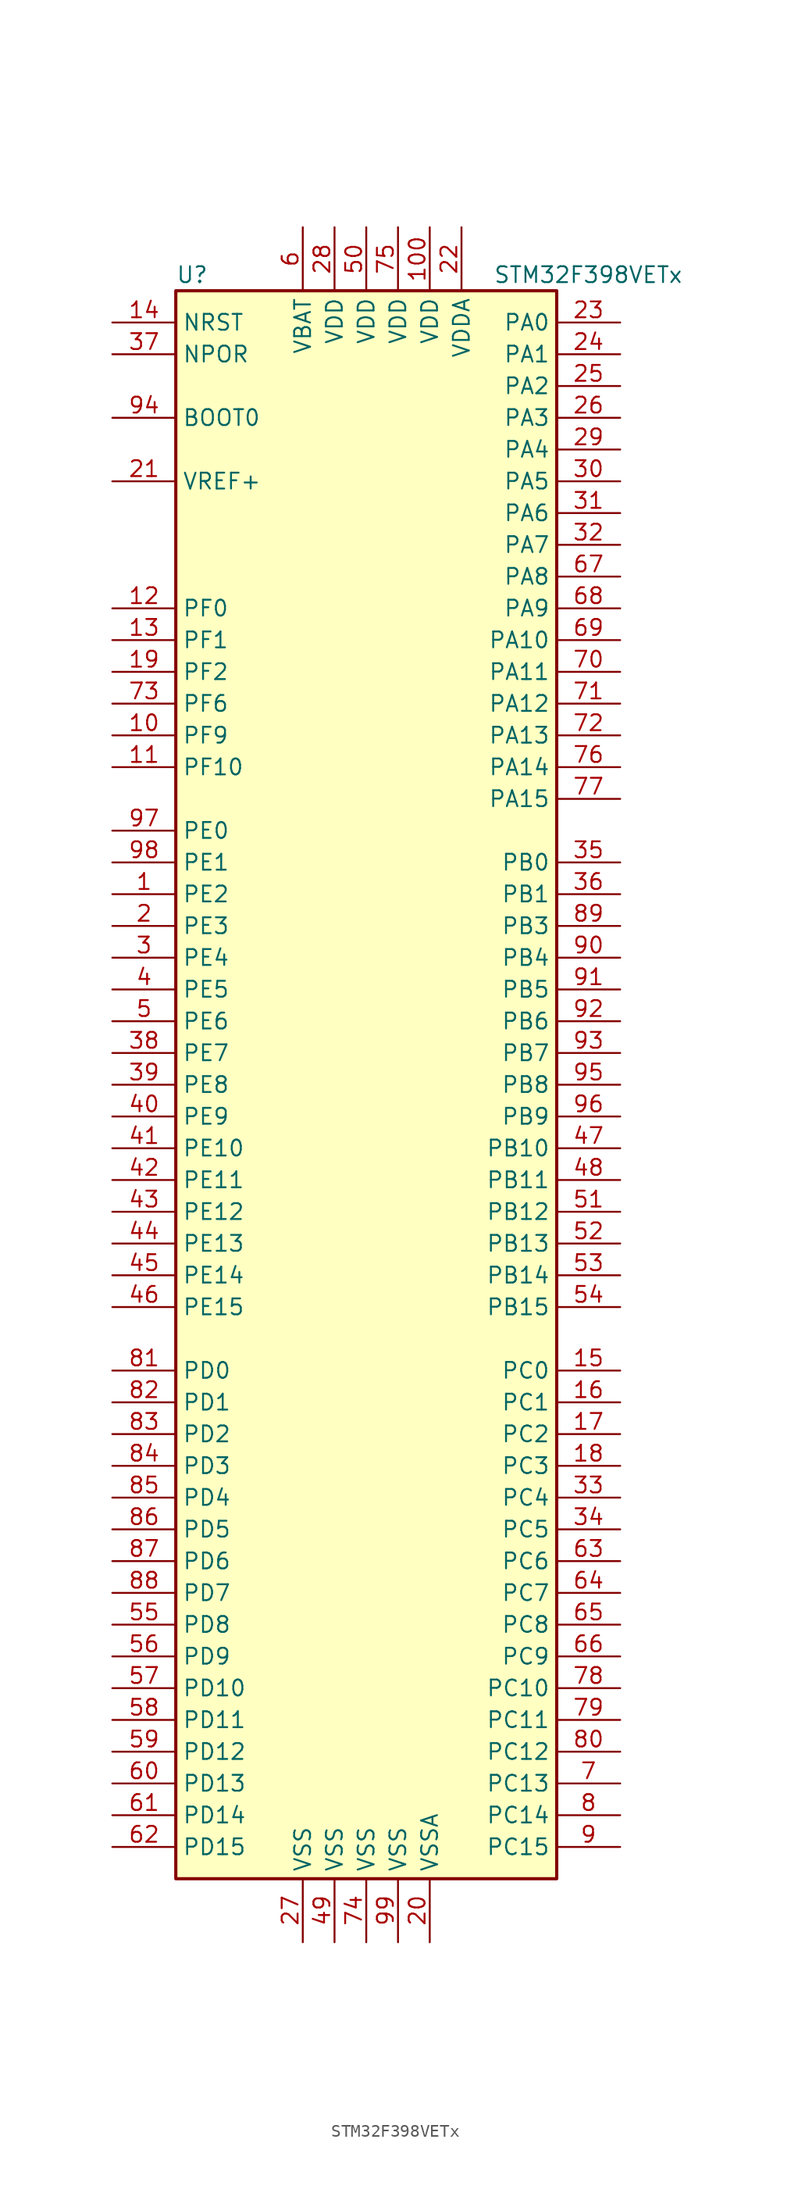
<source format=kicad_sym>
(kicad_symbol_lib
  (version 20201005)
  (generator kicad_symbol_editor)
  (symbol "MCU_ST_STM32F3:STM32F398VETx"
    (property "Reference" "U"
      (at -15.24 64.77 0)
      (effects (font (size 1.27 1.27)) (justify left)))
    (property "Value" "STM32F398VETx"
      (at 10.16 64.77 0)
      (effects (font (size 1.27 1.27)) (justify left)))
    (symbol "STM32F398VETx_0_1"
      (rectangle (start -15.24 -63.5) (end 15.24 63.5) (stroke (width 0.254)) (fill (type background))))
    (symbol "STM32F398VETx_1_1"
      (pin input line (at -20.32 53.34 0) (length 5.08) (name "BOOT0" (effects (font (size 1.27 1.27)))) (number "94" (effects (font (size 1.27 1.27)))))
      (pin input line (at -20.32 58.42 0) (length 5.08) (name "NPOR" (effects (font (size 1.27 1.27)))) (number "37" (effects (font (size 1.27 1.27)))))
      (pin input line (at -20.32 60.96 0) (length 5.08) (name "NRST" (effects (font (size 1.27 1.27)))) (number "14" (effects (font (size 1.27 1.27)))))
      (pin bidirectional line (at 20.32 60.96 180) (length 5.08) (name "PA0" (effects (font (size 1.27 1.27)))) (number "23" (effects (font (size 1.27 1.27)))))
      (pin bidirectional line (at 20.32 58.42 180) (length 5.08) (name "PA1" (effects (font (size 1.27 1.27)))) (number "24" (effects (font (size 1.27 1.27)))))
      (pin bidirectional line (at 20.32 35.56 180) (length 5.08) (name "PA10" (effects (font (size 1.27 1.27)))) (number "69" (effects (font (size 1.27 1.27)))))
      (pin bidirectional line (at 20.32 33.02 180) (length 5.08) (name "PA11" (effects (font (size 1.27 1.27)))) (number "70" (effects (font (size 1.27 1.27)))))
      (pin bidirectional line (at 20.32 30.48 180) (length 5.08) (name "PA12" (effects (font (size 1.27 1.27)))) (number "71" (effects (font (size 1.27 1.27)))))
      (pin bidirectional line (at 20.32 27.94 180) (length 5.08) (name "PA13" (effects (font (size 1.27 1.27)))) (number "72" (effects (font (size 1.27 1.27)))))
      (pin bidirectional line (at 20.32 25.4 180) (length 5.08) (name "PA14" (effects (font (size 1.27 1.27)))) (number "76" (effects (font (size 1.27 1.27)))))
      (pin bidirectional line (at 20.32 22.86 180) (length 5.08) (name "PA15" (effects (font (size 1.27 1.27)))) (number "77" (effects (font (size 1.27 1.27)))))
      (pin bidirectional line (at 20.32 55.88 180) (length 5.08) (name "PA2" (effects (font (size 1.27 1.27)))) (number "25" (effects (font (size 1.27 1.27)))))
      (pin bidirectional line (at 20.32 53.34 180) (length 5.08) (name "PA3" (effects (font (size 1.27 1.27)))) (number "26" (effects (font (size 1.27 1.27)))))
      (pin bidirectional line (at 20.32 50.8 180) (length 5.08) (name "PA4" (effects (font (size 1.27 1.27)))) (number "29" (effects (font (size 1.27 1.27)))))
      (pin bidirectional line (at 20.32 48.26 180) (length 5.08) (name "PA5" (effects (font (size 1.27 1.27)))) (number "30" (effects (font (size 1.27 1.27)))))
      (pin bidirectional line (at 20.32 45.72 180) (length 5.08) (name "PA6" (effects (font (size 1.27 1.27)))) (number "31" (effects (font (size 1.27 1.27)))))
      (pin bidirectional line (at 20.32 43.18 180) (length 5.08) (name "PA7" (effects (font (size 1.27 1.27)))) (number "32" (effects (font (size 1.27 1.27)))))
      (pin bidirectional line (at 20.32 40.64 180) (length 5.08) (name "PA8" (effects (font (size 1.27 1.27)))) (number "67" (effects (font (size 1.27 1.27)))))
      (pin bidirectional line (at 20.32 38.1 180) (length 5.08) (name "PA9" (effects (font (size 1.27 1.27)))) (number "68" (effects (font (size 1.27 1.27)))))
      (pin bidirectional line (at 20.32 17.78 180) (length 5.08) (name "PB0" (effects (font (size 1.27 1.27)))) (number "35" (effects (font (size 1.27 1.27)))))
      (pin bidirectional line (at 20.32 15.24 180) (length 5.08) (name "PB1" (effects (font (size 1.27 1.27)))) (number "36" (effects (font (size 1.27 1.27)))))
      (pin bidirectional line (at 20.32 -5.08 180) (length 5.08) (name "PB10" (effects (font (size 1.27 1.27)))) (number "47" (effects (font (size 1.27 1.27)))))
      (pin bidirectional line (at 20.32 -7.62 180) (length 5.08) (name "PB11" (effects (font (size 1.27 1.27)))) (number "48" (effects (font (size 1.27 1.27)))))
      (pin bidirectional line (at 20.32 -10.16 180) (length 5.08) (name "PB12" (effects (font (size 1.27 1.27)))) (number "51" (effects (font (size 1.27 1.27)))))
      (pin bidirectional line (at 20.32 -12.7 180) (length 5.08) (name "PB13" (effects (font (size 1.27 1.27)))) (number "52" (effects (font (size 1.27 1.27)))))
      (pin bidirectional line (at 20.32 -15.24 180) (length 5.08) (name "PB14" (effects (font (size 1.27 1.27)))) (number "53" (effects (font (size 1.27 1.27)))))
      (pin bidirectional line (at 20.32 -17.78 180) (length 5.08) (name "PB15" (effects (font (size 1.27 1.27)))) (number "54" (effects (font (size 1.27 1.27)))))
      (pin bidirectional line (at 20.32 12.7 180) (length 5.08) (name "PB3" (effects (font (size 1.27 1.27)))) (number "89" (effects (font (size 1.27 1.27)))))
      (pin bidirectional line (at 20.32 10.16 180) (length 5.08) (name "PB4" (effects (font (size 1.27 1.27)))) (number "90" (effects (font (size 1.27 1.27)))))
      (pin bidirectional line (at 20.32 7.62 180) (length 5.08) (name "PB5" (effects (font (size 1.27 1.27)))) (number "91" (effects (font (size 1.27 1.27)))))
      (pin bidirectional line (at 20.32 5.08 180) (length 5.08) (name "PB6" (effects (font (size 1.27 1.27)))) (number "92" (effects (font (size 1.27 1.27)))))
      (pin bidirectional line (at 20.32 2.54 180) (length 5.08) (name "PB7" (effects (font (size 1.27 1.27)))) (number "93" (effects (font (size 1.27 1.27)))))
      (pin bidirectional line (at 20.32 0 180) (length 5.08) (name "PB8" (effects (font (size 1.27 1.27)))) (number "95" (effects (font (size 1.27 1.27)))))
      (pin bidirectional line (at 20.32 -2.54 180) (length 5.08) (name "PB9" (effects (font (size 1.27 1.27)))) (number "96" (effects (font (size 1.27 1.27)))))
      (pin bidirectional line (at 20.32 -22.86 180) (length 5.08) (name "PC0" (effects (font (size 1.27 1.27)))) (number "15" (effects (font (size 1.27 1.27)))))
      (pin bidirectional line (at 20.32 -25.4 180) (length 5.08) (name "PC1" (effects (font (size 1.27 1.27)))) (number "16" (effects (font (size 1.27 1.27)))))
      (pin bidirectional line (at 20.32 -48.26 180) (length 5.08) (name "PC10" (effects (font (size 1.27 1.27)))) (number "78" (effects (font (size 1.27 1.27)))))
      (pin bidirectional line (at 20.32 -50.8 180) (length 5.08) (name "PC11" (effects (font (size 1.27 1.27)))) (number "79" (effects (font (size 1.27 1.27)))))
      (pin bidirectional line (at 20.32 -53.34 180) (length 5.08) (name "PC12" (effects (font (size 1.27 1.27)))) (number "80" (effects (font (size 1.27 1.27)))))
      (pin bidirectional line (at 20.32 -55.88 180) (length 5.08) (name "PC13" (effects (font (size 1.27 1.27)))) (number "7" (effects (font (size 1.27 1.27)))))
      (pin bidirectional line (at 20.32 -58.42 180) (length 5.08) (name "PC14" (effects (font (size 1.27 1.27)))) (number "8" (effects (font (size 1.27 1.27)))))
      (pin bidirectional line (at 20.32 -60.96 180) (length 5.08) (name "PC15" (effects (font (size 1.27 1.27)))) (number "9" (effects (font (size 1.27 1.27)))))
      (pin bidirectional line (at 20.32 -27.94 180) (length 5.08) (name "PC2" (effects (font (size 1.27 1.27)))) (number "17" (effects (font (size 1.27 1.27)))))
      (pin bidirectional line (at 20.32 -30.48 180) (length 5.08) (name "PC3" (effects (font (size 1.27 1.27)))) (number "18" (effects (font (size 1.27 1.27)))))
      (pin bidirectional line (at 20.32 -33.02 180) (length 5.08) (name "PC4" (effects (font (size 1.27 1.27)))) (number "33" (effects (font (size 1.27 1.27)))))
      (pin bidirectional line (at 20.32 -35.56 180) (length 5.08) (name "PC5" (effects (font (size 1.27 1.27)))) (number "34" (effects (font (size 1.27 1.27)))))
      (pin bidirectional line (at 20.32 -38.1 180) (length 5.08) (name "PC6" (effects (font (size 1.27 1.27)))) (number "63" (effects (font (size 1.27 1.27)))))
      (pin bidirectional line (at 20.32 -40.64 180) (length 5.08) (name "PC7" (effects (font (size 1.27 1.27)))) (number "64" (effects (font (size 1.27 1.27)))))
      (pin bidirectional line (at 20.32 -43.18 180) (length 5.08) (name "PC8" (effects (font (size 1.27 1.27)))) (number "65" (effects (font (size 1.27 1.27)))))
      (pin bidirectional line (at 20.32 -45.72 180) (length 5.08) (name "PC9" (effects (font (size 1.27 1.27)))) (number "66" (effects (font (size 1.27 1.27)))))
      (pin bidirectional line (at -20.32 -22.86 0) (length 5.08) (name "PD0" (effects (font (size 1.27 1.27)))) (number "81" (effects (font (size 1.27 1.27)))))
      (pin bidirectional line (at -20.32 -25.4 0) (length 5.08) (name "PD1" (effects (font (size 1.27 1.27)))) (number "82" (effects (font (size 1.27 1.27)))))
      (pin bidirectional line (at -20.32 -48.26 0) (length 5.08) (name "PD10" (effects (font (size 1.27 1.27)))) (number "57" (effects (font (size 1.27 1.27)))))
      (pin bidirectional line (at -20.32 -50.8 0) (length 5.08) (name "PD11" (effects (font (size 1.27 1.27)))) (number "58" (effects (font (size 1.27 1.27)))))
      (pin bidirectional line (at -20.32 -53.34 0) (length 5.08) (name "PD12" (effects (font (size 1.27 1.27)))) (number "59" (effects (font (size 1.27 1.27)))))
      (pin bidirectional line (at -20.32 -55.88 0) (length 5.08) (name "PD13" (effects (font (size 1.27 1.27)))) (number "60" (effects (font (size 1.27 1.27)))))
      (pin bidirectional line (at -20.32 -58.42 0) (length 5.08) (name "PD14" (effects (font (size 1.27 1.27)))) (number "61" (effects (font (size 1.27 1.27)))))
      (pin bidirectional line (at -20.32 -60.96 0) (length 5.08) (name "PD15" (effects (font (size 1.27 1.27)))) (number "62" (effects (font (size 1.27 1.27)))))
      (pin bidirectional line (at -20.32 -27.94 0) (length 5.08) (name "PD2" (effects (font (size 1.27 1.27)))) (number "83" (effects (font (size 1.27 1.27)))))
      (pin bidirectional line (at -20.32 -30.48 0) (length 5.08) (name "PD3" (effects (font (size 1.27 1.27)))) (number "84" (effects (font (size 1.27 1.27)))))
      (pin bidirectional line (at -20.32 -33.02 0) (length 5.08) (name "PD4" (effects (font (size 1.27 1.27)))) (number "85" (effects (font (size 1.27 1.27)))))
      (pin bidirectional line (at -20.32 -35.56 0) (length 5.08) (name "PD5" (effects (font (size 1.27 1.27)))) (number "86" (effects (font (size 1.27 1.27)))))
      (pin bidirectional line (at -20.32 -38.1 0) (length 5.08) (name "PD6" (effects (font (size 1.27 1.27)))) (number "87" (effects (font (size 1.27 1.27)))))
      (pin bidirectional line (at -20.32 -40.64 0) (length 5.08) (name "PD7" (effects (font (size 1.27 1.27)))) (number "88" (effects (font (size 1.27 1.27)))))
      (pin bidirectional line (at -20.32 -43.18 0) (length 5.08) (name "PD8" (effects (font (size 1.27 1.27)))) (number "55" (effects (font (size 1.27 1.27)))))
      (pin bidirectional line (at -20.32 -45.72 0) (length 5.08) (name "PD9" (effects (font (size 1.27 1.27)))) (number "56" (effects (font (size 1.27 1.27)))))
      (pin bidirectional line (at -20.32 20.32 0) (length 5.08) (name "PE0" (effects (font (size 1.27 1.27)))) (number "97" (effects (font (size 1.27 1.27)))))
      (pin bidirectional line (at -20.32 17.78 0) (length 5.08) (name "PE1" (effects (font (size 1.27 1.27)))) (number "98" (effects (font (size 1.27 1.27)))))
      (pin bidirectional line (at -20.32 -5.08 0) (length 5.08) (name "PE10" (effects (font (size 1.27 1.27)))) (number "41" (effects (font (size 1.27 1.27)))))
      (pin bidirectional line (at -20.32 -7.62 0) (length 5.08) (name "PE11" (effects (font (size 1.27 1.27)))) (number "42" (effects (font (size 1.27 1.27)))))
      (pin bidirectional line (at -20.32 -10.16 0) (length 5.08) (name "PE12" (effects (font (size 1.27 1.27)))) (number "43" (effects (font (size 1.27 1.27)))))
      (pin bidirectional line (at -20.32 -12.7 0) (length 5.08) (name "PE13" (effects (font (size 1.27 1.27)))) (number "44" (effects (font (size 1.27 1.27)))))
      (pin bidirectional line (at -20.32 -15.24 0) (length 5.08) (name "PE14" (effects (font (size 1.27 1.27)))) (number "45" (effects (font (size 1.27 1.27)))))
      (pin bidirectional line (at -20.32 -17.78 0) (length 5.08) (name "PE15" (effects (font (size 1.27 1.27)))) (number "46" (effects (font (size 1.27 1.27)))))
      (pin bidirectional line (at -20.32 15.24 0) (length 5.08) (name "PE2" (effects (font (size 1.27 1.27)))) (number "1" (effects (font (size 1.27 1.27)))))
      (pin bidirectional line (at -20.32 12.7 0) (length 5.08) (name "PE3" (effects (font (size 1.27 1.27)))) (number "2" (effects (font (size 1.27 1.27)))))
      (pin bidirectional line (at -20.32 10.16 0) (length 5.08) (name "PE4" (effects (font (size 1.27 1.27)))) (number "3" (effects (font (size 1.27 1.27)))))
      (pin bidirectional line (at -20.32 7.62 0) (length 5.08) (name "PE5" (effects (font (size 1.27 1.27)))) (number "4" (effects (font (size 1.27 1.27)))))
      (pin bidirectional line (at -20.32 5.08 0) (length 5.08) (name "PE6" (effects (font (size 1.27 1.27)))) (number "5" (effects (font (size 1.27 1.27)))))
      (pin bidirectional line (at -20.32 2.54 0) (length 5.08) (name "PE7" (effects (font (size 1.27 1.27)))) (number "38" (effects (font (size 1.27 1.27)))))
      (pin bidirectional line (at -20.32 0 0) (length 5.08) (name "PE8" (effects (font (size 1.27 1.27)))) (number "39" (effects (font (size 1.27 1.27)))))
      (pin bidirectional line (at -20.32 -2.54 0) (length 5.08) (name "PE9" (effects (font (size 1.27 1.27)))) (number "40" (effects (font (size 1.27 1.27)))))
      (pin input line (at -20.32 38.1 0) (length 5.08) (name "PF0" (effects (font (size 1.27 1.27)))) (number "12" (effects (font (size 1.27 1.27)))))
      (pin input line (at -20.32 35.56 0) (length 5.08) (name "PF1" (effects (font (size 1.27 1.27)))) (number "13" (effects (font (size 1.27 1.27)))))
      (pin bidirectional line (at -20.32 25.4 0) (length 5.08) (name "PF10" (effects (font (size 1.27 1.27)))) (number "11" (effects (font (size 1.27 1.27)))))
      (pin bidirectional line (at -20.32 33.02 0) (length 5.08) (name "PF2" (effects (font (size 1.27 1.27)))) (number "19" (effects (font (size 1.27 1.27)))))
      (pin bidirectional line (at -20.32 30.48 0) (length 5.08) (name "PF6" (effects (font (size 1.27 1.27)))) (number "73" (effects (font (size 1.27 1.27)))))
      (pin bidirectional line (at -20.32 27.94 0) (length 5.08) (name "PF9" (effects (font (size 1.27 1.27)))) (number "10" (effects (font (size 1.27 1.27)))))
      (pin power_in line (at -5.08 68.58 270) (length 5.08) (name "VBAT" (effects (font (size 1.27 1.27)))) (number "6" (effects (font (size 1.27 1.27)))))
      (pin power_in line (at 5.08 68.58 270) (length 5.08) (name "VDD" (effects (font (size 1.27 1.27)))) (number "100" (effects (font (size 1.27 1.27)))))
      (pin power_in line (at -2.54 68.58 270) (length 5.08) (name "VDD" (effects (font (size 1.27 1.27)))) (number "28" (effects (font (size 1.27 1.27)))))
      (pin power_in line (at 0 68.58 270) (length 5.08) (name "VDD" (effects (font (size 1.27 1.27)))) (number "50" (effects (font (size 1.27 1.27)))))
      (pin power_in line (at 2.54 68.58 270) (length 5.08) (name "VDD" (effects (font (size 1.27 1.27)))) (number "75" (effects (font (size 1.27 1.27)))))
      (pin power_in line (at 7.62 68.58 270) (length 5.08) (name "VDDA" (effects (font (size 1.27 1.27)))) (number "22" (effects (font (size 1.27 1.27)))))
      (pin power_in line (at -20.32 48.26 0) (length 5.08) (name "VREF+" (effects (font (size 1.27 1.27)))) (number "21" (effects (font (size 1.27 1.27)))))
      (pin power_in line (at -5.08 -68.58 90) (length 5.08) (name "VSS" (effects (font (size 1.27 1.27)))) (number "27" (effects (font (size 1.27 1.27)))))
      (pin power_in line (at -2.54 -68.58 90) (length 5.08) (name "VSS" (effects (font (size 1.27 1.27)))) (number "49" (effects (font (size 1.27 1.27)))))
      (pin power_in line (at 0 -68.58 90) (length 5.08) (name "VSS" (effects (font (size 1.27 1.27)))) (number "74" (effects (font (size 1.27 1.27)))))
      (pin power_in line (at 2.54 -68.58 90) (length 5.08) (name "VSS" (effects (font (size 1.27 1.27)))) (number "99" (effects (font (size 1.27 1.27)))))
      (pin power_in line (at 5.08 -68.58 90) (length 5.08) (name "VSSA" (effects (font (size 1.27 1.27)))) (number "20" (effects (font (size 1.27 1.27))))))))
</source>
